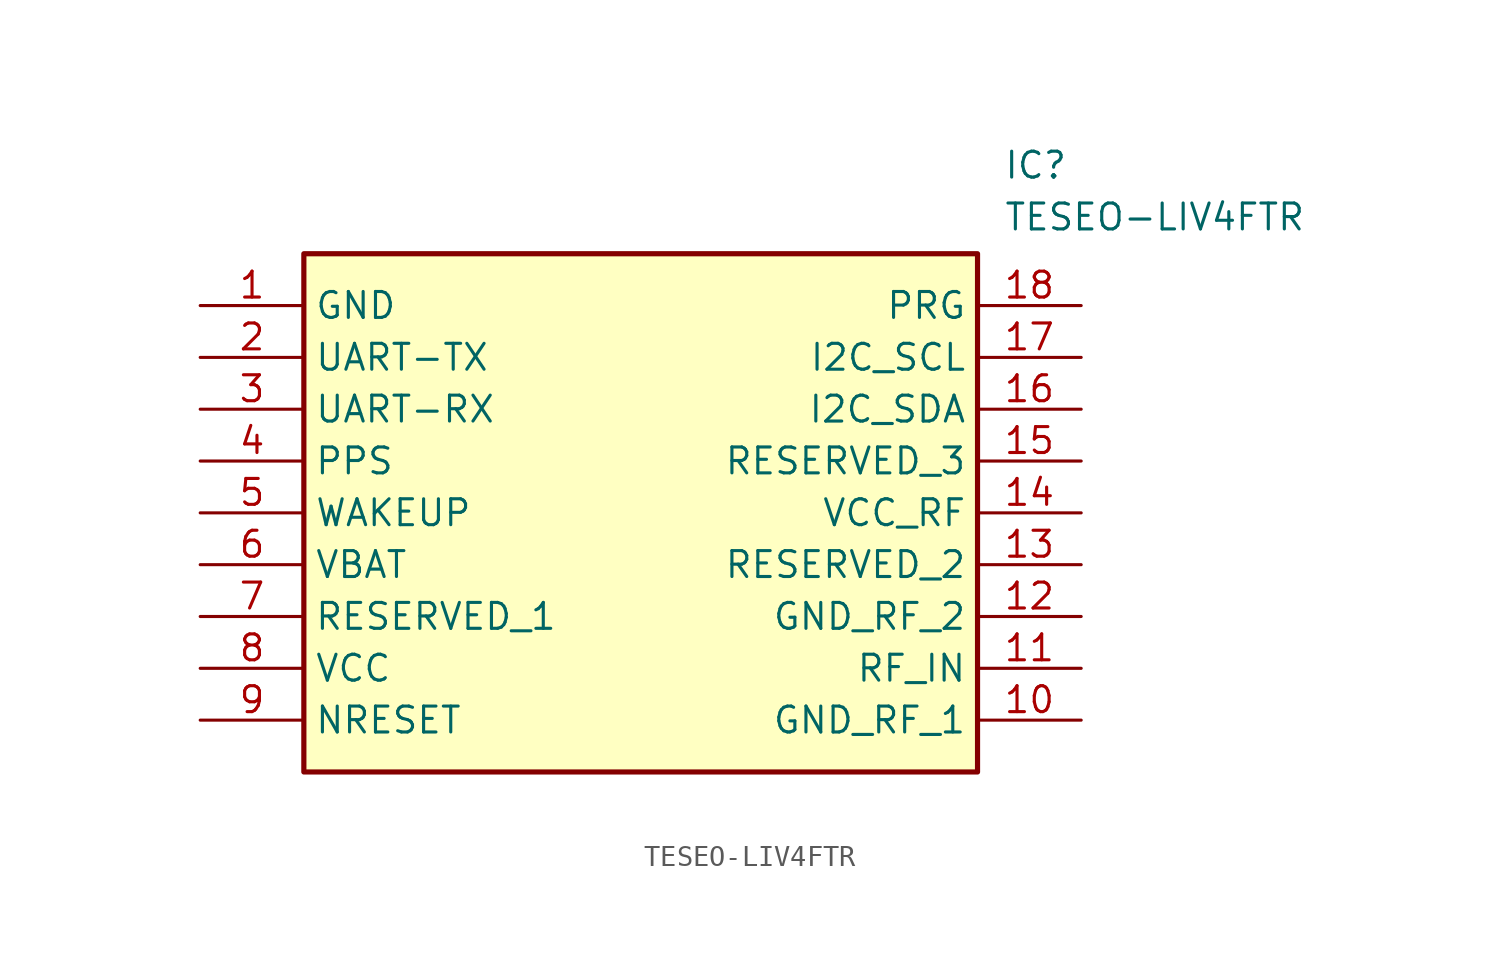
<source format=kicad_sym>
(kicad_symbol_lib
  (version 20211014)
  (generator SamacSys_ECAD_Model)
  (symbol "TESEO-LIV4FTR"
    (property "Reference" "IC"
      (at 39.37 7.62 0)
      (effects (font (size 1.27 1.27)) (justify left top)))
    (property "Value" "TESEO-LIV4FTR"
      (at 39.37 5.08 0)
      (effects (font (size 1.27 1.27)) (justify left top)))
    (rectangle
      (start 5.08 2.54)
      (end 38.1 -22.86)
      (stroke (width 0.254) (type default))
      (fill (type background)))
    (pin passive line
      (at 0 0 0)
      (length 5.08)
      (name "GND" (effects (font (size 1.27 1.27))))
      (number "1" (effects (font (size 1.27 1.27)))))
    (pin passive line
      (at 0 -2.54 0)
      (length 5.08)
      (name "UART-TX" (effects (font (size 1.27 1.27))))
      (number "2" (effects (font (size 1.27 1.27)))))
    (pin passive line
      (at 0 -5.08 0)
      (length 5.08)
      (name "UART-RX" (effects (font (size 1.27 1.27))))
      (number "3" (effects (font (size 1.27 1.27)))))
    (pin passive line
      (at 0 -7.62 0)
      (length 5.08)
      (name "PPS" (effects (font (size 1.27 1.27))))
      (number "4" (effects (font (size 1.27 1.27)))))
    (pin passive line
      (at 0 -10.16 0)
      (length 5.08)
      (name "WAKEUP" (effects (font (size 1.27 1.27))))
      (number "5" (effects (font (size 1.27 1.27)))))
    (pin passive line
      (at 0 -12.7 0)
      (length 5.08)
      (name "VBAT" (effects (font (size 1.27 1.27))))
      (number "6" (effects (font (size 1.27 1.27)))))
    (pin passive line
      (at 0 -15.24 0)
      (length 5.08)
      (name "RESERVED_1" (effects (font (size 1.27 1.27))))
      (number "7" (effects (font (size 1.27 1.27)))))
    (pin passive line
      (at 0 -17.78 0)
      (length 5.08)
      (name "VCC" (effects (font (size 1.27 1.27))))
      (number "8" (effects (font (size 1.27 1.27)))))
    (pin passive line
      (at 0 -20.32 0)
      (length 5.08)
      (name "NRESET" (effects (font (size 1.27 1.27))))
      (number "9" (effects (font (size 1.27 1.27)))))
    (pin passive line
      (at 43.18 -20.32 180)
      (length 5.08)
      (name "GND_RF_1" (effects (font (size 1.27 1.27))))
      (number "10" (effects (font (size 1.27 1.27)))))
    (pin passive line
      (at 43.18 -17.78 180)
      (length 5.08)
      (name "RF_IN" (effects (font (size 1.27 1.27))))
      (number "11" (effects (font (size 1.27 1.27)))))
    (pin passive line
      (at 43.18 -15.24 180)
      (length 5.08)
      (name "GND_RF_2" (effects (font (size 1.27 1.27))))
      (number "12" (effects (font (size 1.27 1.27)))))
    (pin passive line
      (at 43.18 -12.7 180)
      (length 5.08)
      (name "RESERVED_2" (effects (font (size 1.27 1.27))))
      (number "13" (effects (font (size 1.27 1.27)))))
    (pin passive line
      (at 43.18 -10.16 180)
      (length 5.08)
      (name "VCC_RF" (effects (font (size 1.27 1.27))))
      (number "14" (effects (font (size 1.27 1.27)))))
    (pin passive line
      (at 43.18 -7.62 180)
      (length 5.08)
      (name "RESERVED_3" (effects (font (size 1.27 1.27))))
      (number "15" (effects (font (size 1.27 1.27)))))
    (pin passive line
      (at 43.18 -5.08 180)
      (length 5.08)
      (name "I2C_SDA" (effects (font (size 1.27 1.27))))
      (number "16" (effects (font (size 1.27 1.27)))))
    (pin passive line
      (at 43.18 -2.54 180)
      (length 5.08)
      (name "I2C_SCL" (effects (font (size 1.27 1.27))))
      (number "17" (effects (font (size 1.27 1.27)))))
    (pin passive line
      (at 43.18 0 180)
      (length 5.08)
      (name "PRG" (effects (font (size 1.27 1.27))))
      (number "18" (effects (font (size 1.27 1.27)))))))
</source>
